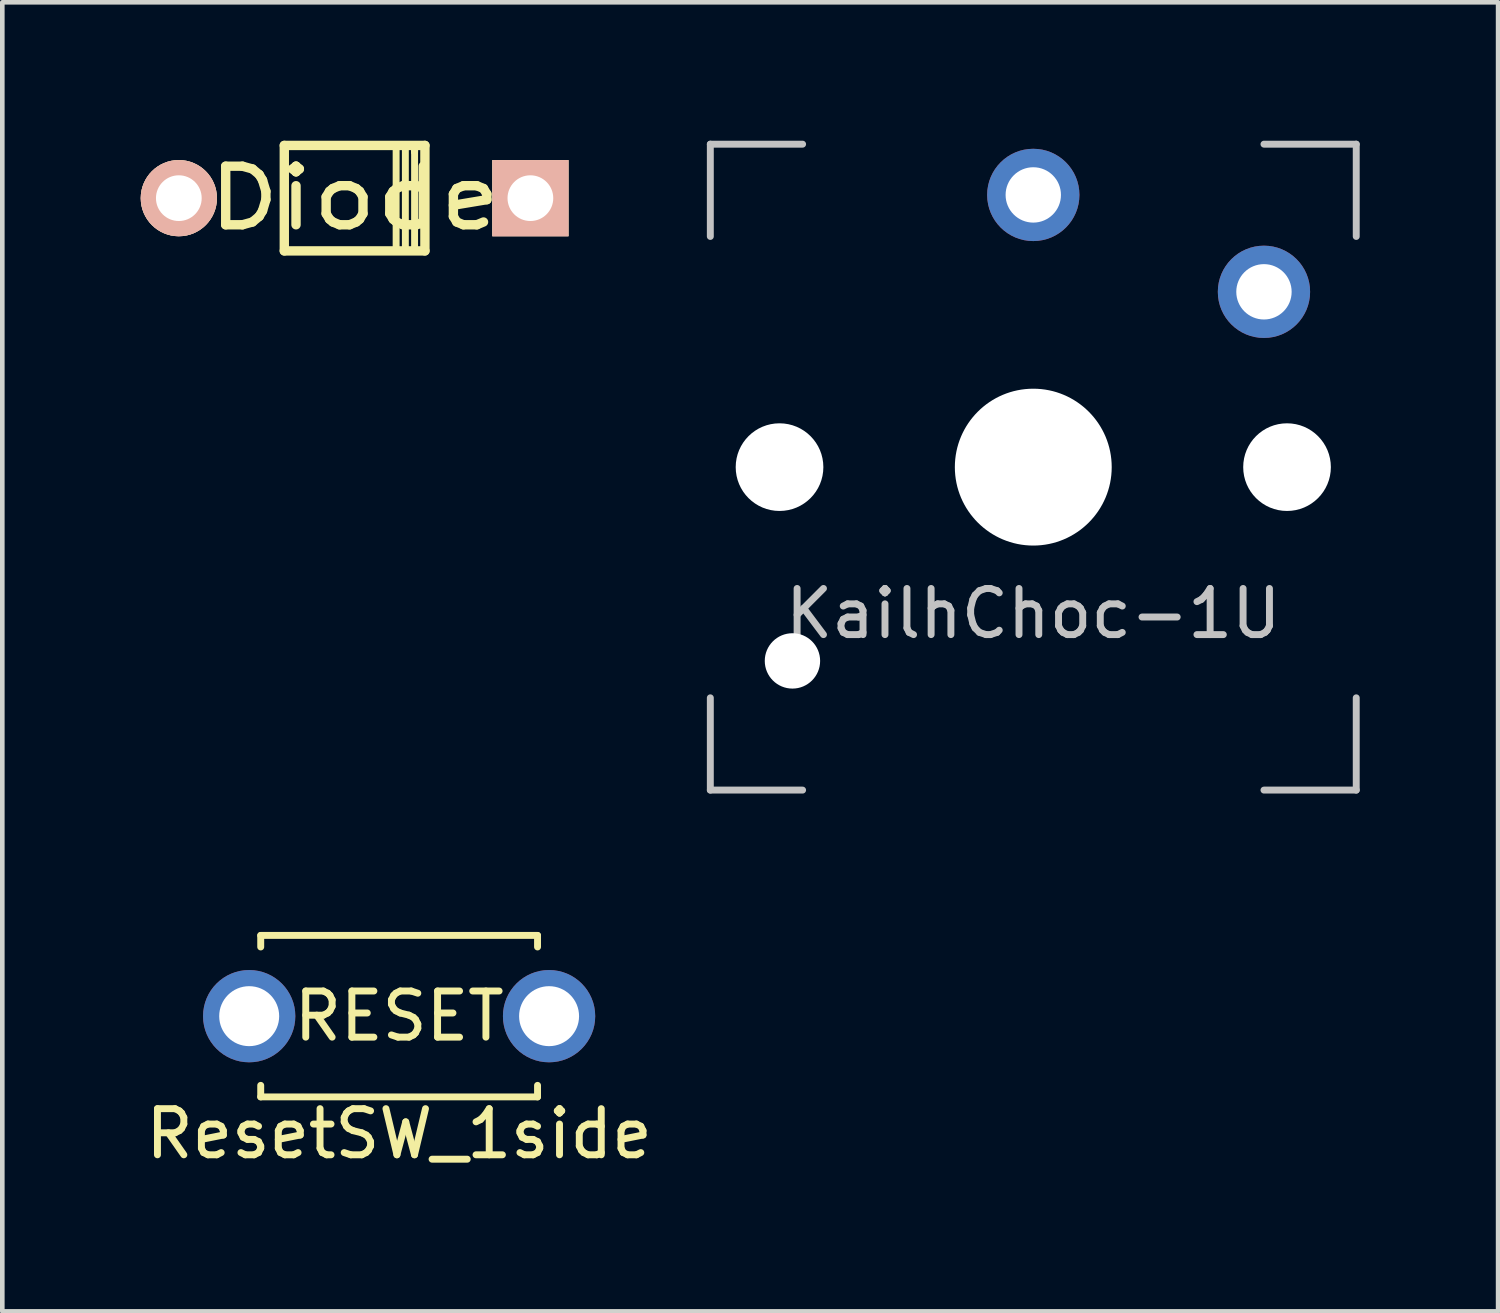
<source format=kicad_pcb>
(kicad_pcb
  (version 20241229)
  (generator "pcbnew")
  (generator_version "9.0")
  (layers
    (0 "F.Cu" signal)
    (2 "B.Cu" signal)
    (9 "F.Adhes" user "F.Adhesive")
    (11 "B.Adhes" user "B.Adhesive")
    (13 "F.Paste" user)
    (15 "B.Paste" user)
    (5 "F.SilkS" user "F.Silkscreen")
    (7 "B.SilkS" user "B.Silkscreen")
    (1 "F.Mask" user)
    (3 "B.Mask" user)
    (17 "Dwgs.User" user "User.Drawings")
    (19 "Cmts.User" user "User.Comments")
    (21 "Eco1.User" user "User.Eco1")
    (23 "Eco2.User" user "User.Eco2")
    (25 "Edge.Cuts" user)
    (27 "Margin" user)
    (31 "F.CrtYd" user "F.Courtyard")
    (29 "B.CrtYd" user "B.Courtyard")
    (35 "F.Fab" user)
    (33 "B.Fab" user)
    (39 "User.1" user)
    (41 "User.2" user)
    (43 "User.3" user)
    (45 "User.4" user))
  (footprint "Diode"
    (layer "F.Cu")
    (at 4.636 1.245)
    (property "Reference" "Diode" (at 0 0 0) (layer "F.SilkS") (effects (font (size 1.27 1.524) (thickness 0.203))))
    (attr through_hole)
    (fp_line (start -1.524 -1.143) (end 1.524 -1.143) (stroke (width 0.203) (type solid)) (layer "F.SilkS"))
    (fp_line (start -1.524 1.143) (end -1.524 -1.143) (stroke (width 0.203) (type solid)) (layer "F.SilkS"))
    (fp_line (start 0.9 1.1) (end 0.9 -1.1) (stroke (width 0.15) (type solid)) (layer "F.SilkS"))
    (fp_line (start 1.1 -1.1) (end 1.1 1.1) (stroke (width 0.15) (type solid)) (layer "F.SilkS"))
    (fp_line (start 1.3 -1.1) (end 1.3 -1) (stroke (width 0.15) (type solid)) (layer "F.SilkS"))
    (fp_line (start 1.3 -1) (end 1.3 -1.1) (stroke (width 0.15) (type solid)) (layer "F.SilkS"))
    (fp_line (start 1.3 1.1) (end 1.3 -1) (stroke (width 0.15) (type solid)) (layer "F.SilkS"))
    (fp_line (start 1.524 -1.143) (end 1.524 1.143) (stroke (width 0.203) (type solid)) (layer "F.SilkS"))
    (fp_line (start 1.524 1.143) (end -1.524 1.143) (stroke (width 0.203) (type solid)) (layer "F.SilkS"))
    (pad "1" thru_hole circle (at -3.81 0) (size 1.651 1.651) (drill 0.991) (layers "*.Cu" "*.SilkS" "*.Mask"))
    (pad "2" thru_hole rect (at 3.81 0) (size 1.651 1.651) (drill 0.991) (layers "*.Cu" "*.SilkS" "*.Mask")))
  (footprint "KailhChoc-1U"
    (layer "F.Cu")
    (at 19.346 7.075)
    (property "Reference" "KailhChoc-1U" (at 0 3.175 0) (layer "Dwgs.User") (effects (font (size 1 1) (thickness 0.15))))
    (attr through_hole)
    (fp_line (start -7 -7) (end -7 -5) (stroke (width 0.15) (type solid)) (layer "Dwgs.User"))
    (fp_line (start -7 5) (end -7 7) (stroke (width 0.15) (type solid)) (layer "Dwgs.User"))
    (fp_line (start -7 7) (end -5 7) (stroke (width 0.15) (type solid)) (layer "Dwgs.User"))
    (fp_line (start -5 -7) (end -7 -7) (stroke (width 0.15) (type solid)) (layer "Dwgs.User"))
    (fp_line (start 5 -7) (end 7 -7) (stroke (width 0.15) (type solid)) (layer "Dwgs.User"))
    (fp_line (start 5 7) (end 7 7) (stroke (width 0.15) (type solid)) (layer "Dwgs.User"))
    (fp_line (start 7 -7) (end 7 -5) (stroke (width 0.15) (type solid)) (layer "Dwgs.User"))
    (fp_line (start 7 7) (end 7 5) (stroke (width 0.15) (type solid)) (layer "Dwgs.User"))
    (pad "" np_thru_hole circle (at -5.5 0 48.1) (size 1.9 1.9) (drill 1.9) (layers "*.Cu" "*.Mask"))
    (pad "" np_thru_hole circle (at -5.22 4.2) (size 1.2 1.2) (drill 1.2) (layers "*.Cu" "*.Mask"))
    (pad "" np_thru_hole circle (at 0 0) (size 3.4 3.4) (drill 3.4) (layers "*.Cu" "*.Mask"))
    (pad "" np_thru_hole circle (at 5.5 0 48.1) (size 1.9 1.9) (drill 1.9) (layers "*.Cu" "*.Mask"))
    (pad "1" thru_hole circle (at 5 -3.8) (size 2 2) (drill 1.2) (layers "*.Cu" "B.Mask"))
    (pad "2" thru_hole circle (at 0 -5.9) (size 2 2) (drill 1.2) (layers "*.Cu" "B.Mask")))
  (footprint "ResetSW_1side"
    (layer "F.Cu")
    (at 5.601 18.975)
    (property "Reference" "ResetSW_1side" (at 0 2.55 0) (layer "F.SilkS") (effects (font (size 1 1) (thickness 0.15))))
    (attr through_hole)
    (fp_line (start -3 -1.75) (end -3 -1.5) (stroke (width 0.15) (type solid)) (layer "F.SilkS"))
    (fp_line (start -3 -1.75) (end 3 -1.75) (stroke (width 0.15) (type solid)) (layer "F.SilkS"))
    (fp_line (start -3 1.75) (end -3 1.5) (stroke (width 0.15) (type solid)) (layer "F.SilkS"))
    (fp_line (start -3 1.75) (end 3 1.75) (stroke (width 0.15) (type solid)) (layer "F.SilkS"))
    (fp_line (start 3 -1.75) (end 3 -1.5) (stroke (width 0.15) (type solid)) (layer "F.SilkS"))
    (fp_line (start 3 1.75) (end 3 1.5) (stroke (width 0.15) (type solid)) (layer "F.SilkS"))
    (fp_text user "RESET" (at 0 0 0) (layer "F.SilkS") (effects (font (size 1 1) (thickness 0.15))))
    (pad "1" thru_hole circle (at 3.25 0) (size 2 2) (drill 1.3) (layers "*.Cu" "*.Mask"))
    (pad "2" thru_hole circle (at -3.25 0) (size 2 2) (drill 1.3) (layers "*.Cu" "*.Mask")))
  (gr_rect
    (start -3 -3)
    (end 29.421 25.373)
    (stroke (width 0.1) (type default))
    (fill no)
    (layer "Edge.Cuts")))
</source>
